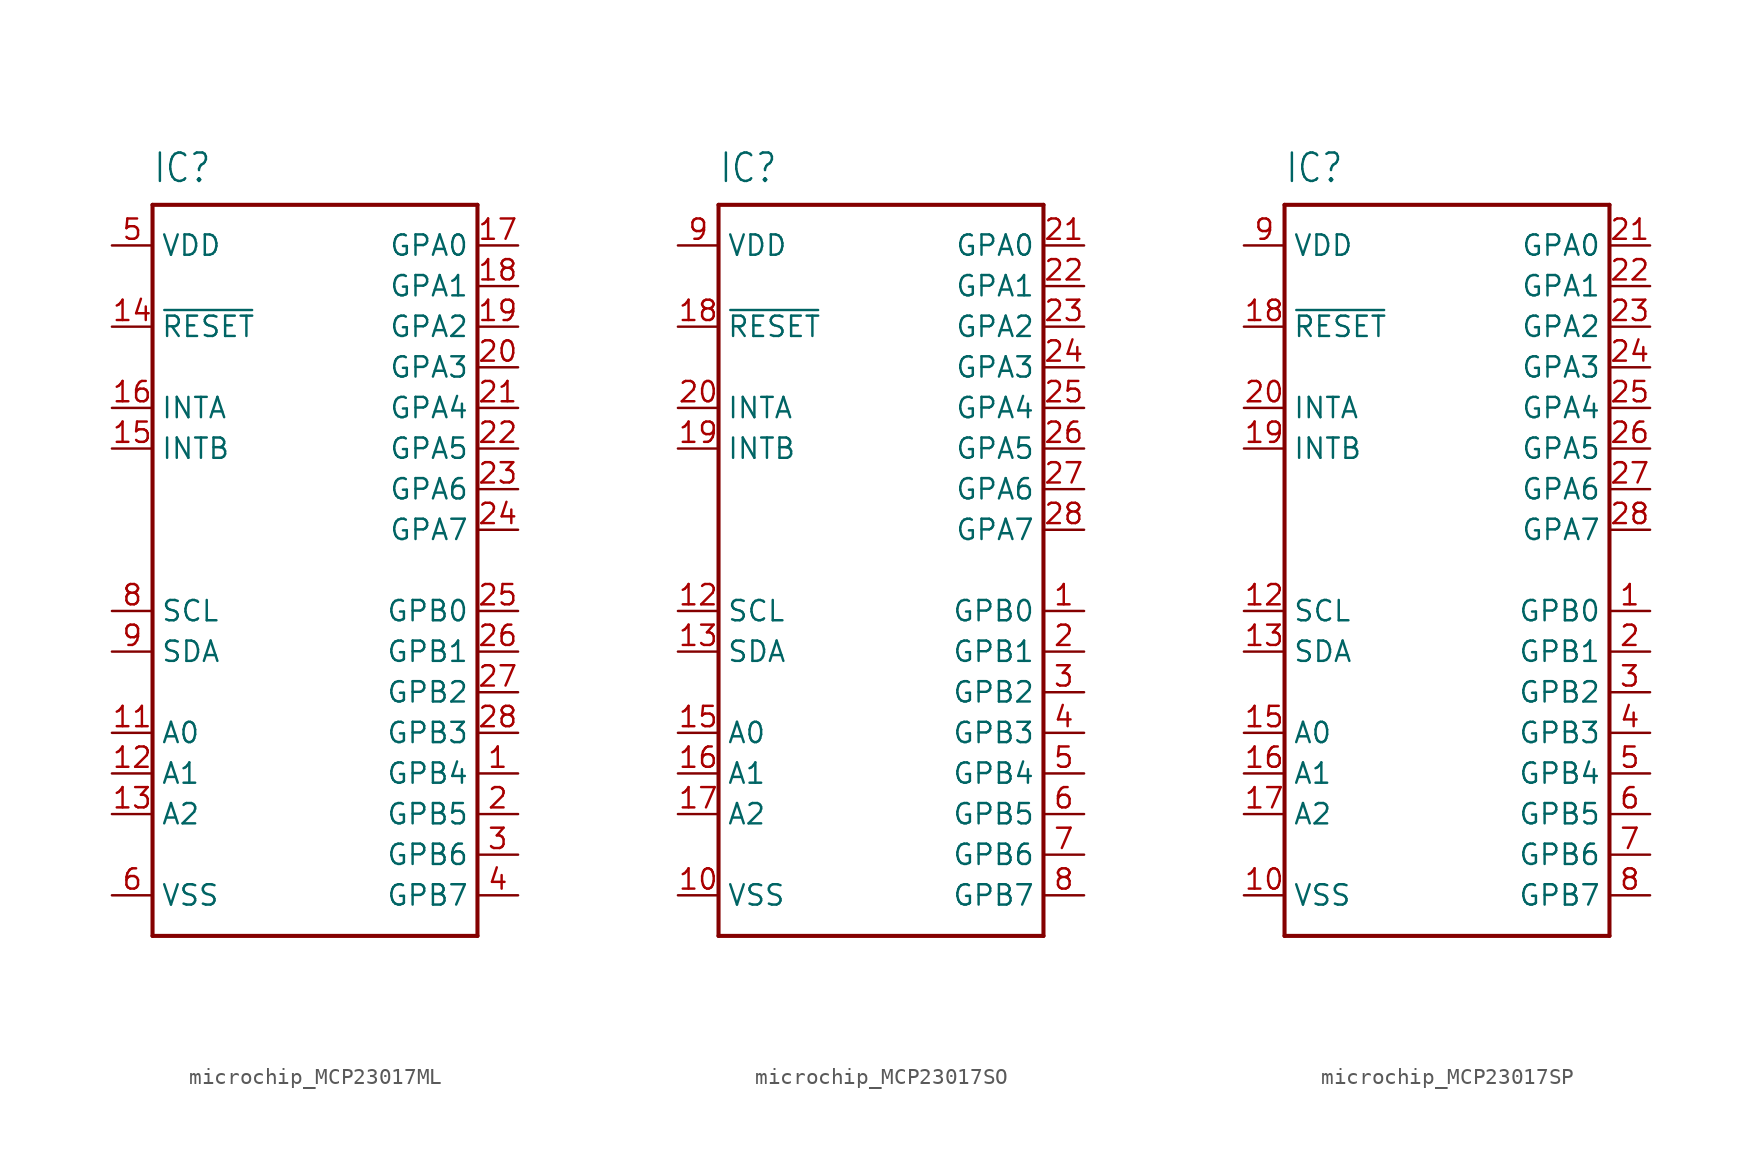
<source format=kicad_sym>
(kicad_symbol_lib
  (version 20231120)
  (generator "kicad_symbol_editor")
  (generator_version "8.0")
  (symbol "microchip_MCP23017ML"
    (property "Reference" "IC"
      (at -10.16 24.13 0)
      (effects (font (size 1.778 1.511)) (justify left bottom)))
    (property "Value" ""
      (at -10.16 -25.4 0)
      (effects (font (size 1.778 1.511)) (justify left bottom)))
    (property "ki_locked" ""
      (at 0 0 0)
      (effects (font (size 1.27 1.27))))
    (symbol "microchip_MCP23017ML_1_0"
      (polyline (pts (xy -10.16 -22.86) (xy -10.16 22.86)) (stroke (width 0.254) (type solid)) (fill (type none)))
      (polyline (pts (xy -10.16 22.86) (xy 10.16 22.86)) (stroke (width 0.254) (type solid)) (fill (type none)))
      (polyline (pts (xy 10.16 -22.86) (xy -10.16 -22.86)) (stroke (width 0.254) (type solid)) (fill (type none)))
      (polyline (pts (xy 10.16 22.86) (xy 10.16 -22.86)) (stroke (width 0.254) (type solid)) (fill (type none)))
      (pin bidirectional line (at 12.7 -12.7 180) (length 2.54) (name "GPB4" (effects (font (size 1.27 1.27)))) (number "1" (effects (font (size 1.27 1.27)))))
      (pin input line (at -12.7 -10.16 0) (length 2.54) (name "A0" (effects (font (size 1.27 1.27)))) (number "11" (effects (font (size 1.27 1.27)))))
      (pin input line (at -12.7 -12.7 0) (length 2.54) (name "A1" (effects (font (size 1.27 1.27)))) (number "12" (effects (font (size 1.27 1.27)))))
      (pin input line (at -12.7 -15.24 0) (length 2.54) (name "A2" (effects (font (size 1.27 1.27)))) (number "13" (effects (font (size 1.27 1.27)))))
      (pin input line (at -12.7 15.24 0) (length 2.54) (name "~{RESET}" (effects (font (size 1.27 1.27)))) (number "14" (effects (font (size 1.27 1.27)))))
      (pin output line (at -12.7 7.62 0) (length 2.54) (name "INTB" (effects (font (size 1.27 1.27)))) (number "15" (effects (font (size 1.27 1.27)))))
      (pin output line (at -12.7 10.16 0) (length 2.54) (name "INTA" (effects (font (size 1.27 1.27)))) (number "16" (effects (font (size 1.27 1.27)))))
      (pin bidirectional line (at 12.7 20.32 180) (length 2.54) (name "GPA0" (effects (font (size 1.27 1.27)))) (number "17" (effects (font (size 1.27 1.27)))))
      (pin bidirectional line (at 12.7 17.78 180) (length 2.54) (name "GPA1" (effects (font (size 1.27 1.27)))) (number "18" (effects (font (size 1.27 1.27)))))
      (pin bidirectional line (at 12.7 15.24 180) (length 2.54) (name "GPA2" (effects (font (size 1.27 1.27)))) (number "19" (effects (font (size 1.27 1.27)))))
      (pin bidirectional line (at 12.7 -15.24 180) (length 2.54) (name "GPB5" (effects (font (size 1.27 1.27)))) (number "2" (effects (font (size 1.27 1.27)))))
      (pin bidirectional line (at 12.7 12.7 180) (length 2.54) (name "GPA3" (effects (font (size 1.27 1.27)))) (number "20" (effects (font (size 1.27 1.27)))))
      (pin bidirectional line (at 12.7 10.16 180) (length 2.54) (name "GPA4" (effects (font (size 1.27 1.27)))) (number "21" (effects (font (size 1.27 1.27)))))
      (pin bidirectional line (at 12.7 7.62 180) (length 2.54) (name "GPA5" (effects (font (size 1.27 1.27)))) (number "22" (effects (font (size 1.27 1.27)))))
      (pin bidirectional line (at 12.7 5.08 180) (length 2.54) (name "GPA6" (effects (font (size 1.27 1.27)))) (number "23" (effects (font (size 1.27 1.27)))))
      (pin bidirectional line (at 12.7 2.54 180) (length 2.54) (name "GPA7" (effects (font (size 1.27 1.27)))) (number "24" (effects (font (size 1.27 1.27)))))
      (pin bidirectional line (at 12.7 -2.54 180) (length 2.54) (name "GPB0" (effects (font (size 1.27 1.27)))) (number "25" (effects (font (size 1.27 1.27)))))
      (pin bidirectional line (at 12.7 -5.08 180) (length 2.54) (name "GPB1" (effects (font (size 1.27 1.27)))) (number "26" (effects (font (size 1.27 1.27)))))
      (pin bidirectional line (at 12.7 -7.62 180) (length 2.54) (name "GPB2" (effects (font (size 1.27 1.27)))) (number "27" (effects (font (size 1.27 1.27)))))
      (pin bidirectional line (at 12.7 -10.16 180) (length 2.54) (name "GPB3" (effects (font (size 1.27 1.27)))) (number "28" (effects (font (size 1.27 1.27)))))
      (pin bidirectional line (at 12.7 -17.78 180) (length 2.54) (name "GPB6" (effects (font (size 1.27 1.27)))) (number "3" (effects (font (size 1.27 1.27)))))
      (pin bidirectional line (at 12.7 -20.32 180) (length 2.54) (name "GPB7" (effects (font (size 1.27 1.27)))) (number "4" (effects (font (size 1.27 1.27)))))
      (pin power_in line (at -12.7 20.32 0) (length 2.54) (name "VDD" (effects (font (size 1.27 1.27)))) (number "5" (effects (font (size 1.27 1.27)))))
      (pin power_in line (at -12.7 -20.32 0) (length 2.54) (name "VSS" (effects (font (size 1.27 1.27)))) (number "6" (effects (font (size 1.27 1.27)))))
      (pin input line (at -12.7 -2.54 0) (length 2.54) (name "SCL" (effects (font (size 1.27 1.27)))) (number "8" (effects (font (size 1.27 1.27)))))
      (pin bidirectional line (at -12.7 -5.08 0) (length 2.54) (name "SDA" (effects (font (size 1.27 1.27)))) (number "9" (effects (font (size 1.27 1.27)))))))
  (symbol "microchip_MCP23017SO"
    (property "Reference" "IC"
      (at -10.16 24.13 0)
      (effects (font (size 1.778 1.511)) (justify left bottom)))
    (property "Value" ""
      (at -10.16 -25.4 0)
      (effects (font (size 1.778 1.511)) (justify left bottom)))
    (property "ki_locked" ""
      (at 0 0 0)
      (effects (font (size 1.27 1.27))))
    (symbol "microchip_MCP23017SO_1_0"
      (polyline (pts (xy -10.16 -22.86) (xy -10.16 22.86)) (stroke (width 0.254) (type solid)) (fill (type none)))
      (polyline (pts (xy -10.16 22.86) (xy 10.16 22.86)) (stroke (width 0.254) (type solid)) (fill (type none)))
      (polyline (pts (xy 10.16 -22.86) (xy -10.16 -22.86)) (stroke (width 0.254) (type solid)) (fill (type none)))
      (polyline (pts (xy 10.16 22.86) (xy 10.16 -22.86)) (stroke (width 0.254) (type solid)) (fill (type none)))
      (pin bidirectional line (at 12.7 -2.54 180) (length 2.54) (name "GPB0" (effects (font (size 1.27 1.27)))) (number "1" (effects (font (size 1.27 1.27)))))
      (pin power_in line (at -12.7 -20.32 0) (length 2.54) (name "VSS" (effects (font (size 1.27 1.27)))) (number "10" (effects (font (size 1.27 1.27)))))
      (pin input line (at -12.7 -2.54 0) (length 2.54) (name "SCL" (effects (font (size 1.27 1.27)))) (number "12" (effects (font (size 1.27 1.27)))))
      (pin bidirectional line (at -12.7 -5.08 0) (length 2.54) (name "SDA" (effects (font (size 1.27 1.27)))) (number "13" (effects (font (size 1.27 1.27)))))
      (pin input line (at -12.7 -10.16 0) (length 2.54) (name "A0" (effects (font (size 1.27 1.27)))) (number "15" (effects (font (size 1.27 1.27)))))
      (pin input line (at -12.7 -12.7 0) (length 2.54) (name "A1" (effects (font (size 1.27 1.27)))) (number "16" (effects (font (size 1.27 1.27)))))
      (pin input line (at -12.7 -15.24 0) (length 2.54) (name "A2" (effects (font (size 1.27 1.27)))) (number "17" (effects (font (size 1.27 1.27)))))
      (pin input line (at -12.7 15.24 0) (length 2.54) (name "~{RESET}" (effects (font (size 1.27 1.27)))) (number "18" (effects (font (size 1.27 1.27)))))
      (pin output line (at -12.7 7.62 0) (length 2.54) (name "INTB" (effects (font (size 1.27 1.27)))) (number "19" (effects (font (size 1.27 1.27)))))
      (pin bidirectional line (at 12.7 -5.08 180) (length 2.54) (name "GPB1" (effects (font (size 1.27 1.27)))) (number "2" (effects (font (size 1.27 1.27)))))
      (pin output line (at -12.7 10.16 0) (length 2.54) (name "INTA" (effects (font (size 1.27 1.27)))) (number "20" (effects (font (size 1.27 1.27)))))
      (pin bidirectional line (at 12.7 20.32 180) (length 2.54) (name "GPA0" (effects (font (size 1.27 1.27)))) (number "21" (effects (font (size 1.27 1.27)))))
      (pin bidirectional line (at 12.7 17.78 180) (length 2.54) (name "GPA1" (effects (font (size 1.27 1.27)))) (number "22" (effects (font (size 1.27 1.27)))))
      (pin bidirectional line (at 12.7 15.24 180) (length 2.54) (name "GPA2" (effects (font (size 1.27 1.27)))) (number "23" (effects (font (size 1.27 1.27)))))
      (pin bidirectional line (at 12.7 12.7 180) (length 2.54) (name "GPA3" (effects (font (size 1.27 1.27)))) (number "24" (effects (font (size 1.27 1.27)))))
      (pin bidirectional line (at 12.7 10.16 180) (length 2.54) (name "GPA4" (effects (font (size 1.27 1.27)))) (number "25" (effects (font (size 1.27 1.27)))))
      (pin bidirectional line (at 12.7 7.62 180) (length 2.54) (name "GPA5" (effects (font (size 1.27 1.27)))) (number "26" (effects (font (size 1.27 1.27)))))
      (pin bidirectional line (at 12.7 5.08 180) (length 2.54) (name "GPA6" (effects (font (size 1.27 1.27)))) (number "27" (effects (font (size 1.27 1.27)))))
      (pin bidirectional line (at 12.7 2.54 180) (length 2.54) (name "GPA7" (effects (font (size 1.27 1.27)))) (number "28" (effects (font (size 1.27 1.27)))))
      (pin bidirectional line (at 12.7 -7.62 180) (length 2.54) (name "GPB2" (effects (font (size 1.27 1.27)))) (number "3" (effects (font (size 1.27 1.27)))))
      (pin bidirectional line (at 12.7 -10.16 180) (length 2.54) (name "GPB3" (effects (font (size 1.27 1.27)))) (number "4" (effects (font (size 1.27 1.27)))))
      (pin bidirectional line (at 12.7 -12.7 180) (length 2.54) (name "GPB4" (effects (font (size 1.27 1.27)))) (number "5" (effects (font (size 1.27 1.27)))))
      (pin bidirectional line (at 12.7 -15.24 180) (length 2.54) (name "GPB5" (effects (font (size 1.27 1.27)))) (number "6" (effects (font (size 1.27 1.27)))))
      (pin bidirectional line (at 12.7 -17.78 180) (length 2.54) (name "GPB6" (effects (font (size 1.27 1.27)))) (number "7" (effects (font (size 1.27 1.27)))))
      (pin bidirectional line (at 12.7 -20.32 180) (length 2.54) (name "GPB7" (effects (font (size 1.27 1.27)))) (number "8" (effects (font (size 1.27 1.27)))))
      (pin power_in line (at -12.7 20.32 0) (length 2.54) (name "VDD" (effects (font (size 1.27 1.27)))) (number "9" (effects (font (size 1.27 1.27)))))))
  (symbol "microchip_MCP23017SP"
    (property "Reference" "IC"
      (at -10.16 24.13 0)
      (effects (font (size 1.778 1.511)) (justify left bottom)))
    (property "Value" ""
      (at -10.16 -25.4 0)
      (effects (font (size 1.778 1.511)) (justify left bottom)))
    (property "ki_locked" ""
      (at 0 0 0)
      (effects (font (size 1.27 1.27))))
    (symbol "microchip_MCP23017SP_1_0"
      (polyline (pts (xy -10.16 -22.86) (xy -10.16 22.86)) (stroke (width 0.254) (type solid)) (fill (type none)))
      (polyline (pts (xy -10.16 22.86) (xy 10.16 22.86)) (stroke (width 0.254) (type solid)) (fill (type none)))
      (polyline (pts (xy 10.16 -22.86) (xy -10.16 -22.86)) (stroke (width 0.254) (type solid)) (fill (type none)))
      (polyline (pts (xy 10.16 22.86) (xy 10.16 -22.86)) (stroke (width 0.254) (type solid)) (fill (type none)))
      (pin bidirectional line (at 12.7 -2.54 180) (length 2.54) (name "GPB0" (effects (font (size 1.27 1.27)))) (number "1" (effects (font (size 1.27 1.27)))))
      (pin power_in line (at -12.7 -20.32 0) (length 2.54) (name "VSS" (effects (font (size 1.27 1.27)))) (number "10" (effects (font (size 1.27 1.27)))))
      (pin input line (at -12.7 -2.54 0) (length 2.54) (name "SCL" (effects (font (size 1.27 1.27)))) (number "12" (effects (font (size 1.27 1.27)))))
      (pin bidirectional line (at -12.7 -5.08 0) (length 2.54) (name "SDA" (effects (font (size 1.27 1.27)))) (number "13" (effects (font (size 1.27 1.27)))))
      (pin input line (at -12.7 -10.16 0) (length 2.54) (name "A0" (effects (font (size 1.27 1.27)))) (number "15" (effects (font (size 1.27 1.27)))))
      (pin input line (at -12.7 -12.7 0) (length 2.54) (name "A1" (effects (font (size 1.27 1.27)))) (number "16" (effects (font (size 1.27 1.27)))))
      (pin input line (at -12.7 -15.24 0) (length 2.54) (name "A2" (effects (font (size 1.27 1.27)))) (number "17" (effects (font (size 1.27 1.27)))))
      (pin input line (at -12.7 15.24 0) (length 2.54) (name "~{RESET}" (effects (font (size 1.27 1.27)))) (number "18" (effects (font (size 1.27 1.27)))))
      (pin output line (at -12.7 7.62 0) (length 2.54) (name "INTB" (effects (font (size 1.27 1.27)))) (number "19" (effects (font (size 1.27 1.27)))))
      (pin bidirectional line (at 12.7 -5.08 180) (length 2.54) (name "GPB1" (effects (font (size 1.27 1.27)))) (number "2" (effects (font (size 1.27 1.27)))))
      (pin output line (at -12.7 10.16 0) (length 2.54) (name "INTA" (effects (font (size 1.27 1.27)))) (number "20" (effects (font (size 1.27 1.27)))))
      (pin bidirectional line (at 12.7 20.32 180) (length 2.54) (name "GPA0" (effects (font (size 1.27 1.27)))) (number "21" (effects (font (size 1.27 1.27)))))
      (pin bidirectional line (at 12.7 17.78 180) (length 2.54) (name "GPA1" (effects (font (size 1.27 1.27)))) (number "22" (effects (font (size 1.27 1.27)))))
      (pin bidirectional line (at 12.7 15.24 180) (length 2.54) (name "GPA2" (effects (font (size 1.27 1.27)))) (number "23" (effects (font (size 1.27 1.27)))))
      (pin bidirectional line (at 12.7 12.7 180) (length 2.54) (name "GPA3" (effects (font (size 1.27 1.27)))) (number "24" (effects (font (size 1.27 1.27)))))
      (pin bidirectional line (at 12.7 10.16 180) (length 2.54) (name "GPA4" (effects (font (size 1.27 1.27)))) (number "25" (effects (font (size 1.27 1.27)))))
      (pin bidirectional line (at 12.7 7.62 180) (length 2.54) (name "GPA5" (effects (font (size 1.27 1.27)))) (number "26" (effects (font (size 1.27 1.27)))))
      (pin bidirectional line (at 12.7 5.08 180) (length 2.54) (name "GPA6" (effects (font (size 1.27 1.27)))) (number "27" (effects (font (size 1.27 1.27)))))
      (pin bidirectional line (at 12.7 2.54 180) (length 2.54) (name "GPA7" (effects (font (size 1.27 1.27)))) (number "28" (effects (font (size 1.27 1.27)))))
      (pin bidirectional line (at 12.7 -7.62 180) (length 2.54) (name "GPB2" (effects (font (size 1.27 1.27)))) (number "3" (effects (font (size 1.27 1.27)))))
      (pin bidirectional line (at 12.7 -10.16 180) (length 2.54) (name "GPB3" (effects (font (size 1.27 1.27)))) (number "4" (effects (font (size 1.27 1.27)))))
      (pin bidirectional line (at 12.7 -12.7 180) (length 2.54) (name "GPB4" (effects (font (size 1.27 1.27)))) (number "5" (effects (font (size 1.27 1.27)))))
      (pin bidirectional line (at 12.7 -15.24 180) (length 2.54) (name "GPB5" (effects (font (size 1.27 1.27)))) (number "6" (effects (font (size 1.27 1.27)))))
      (pin bidirectional line (at 12.7 -17.78 180) (length 2.54) (name "GPB6" (effects (font (size 1.27 1.27)))) (number "7" (effects (font (size 1.27 1.27)))))
      (pin bidirectional line (at 12.7 -20.32 180) (length 2.54) (name "GPB7" (effects (font (size 1.27 1.27)))) (number "8" (effects (font (size 1.27 1.27)))))
      (pin power_in line (at -12.7 20.32 0) (length 2.54) (name "VDD" (effects (font (size 1.27 1.27)))) (number "9" (effects (font (size 1.27 1.27))))))))
</source>
